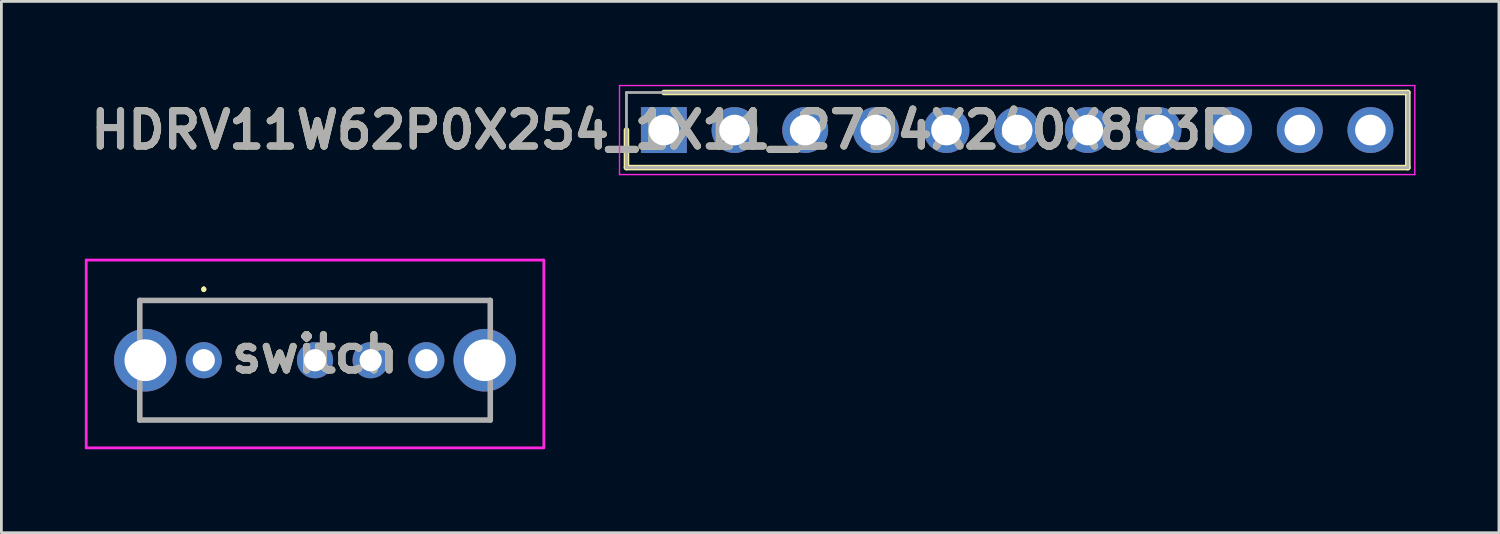
<source format=kicad_pcb>
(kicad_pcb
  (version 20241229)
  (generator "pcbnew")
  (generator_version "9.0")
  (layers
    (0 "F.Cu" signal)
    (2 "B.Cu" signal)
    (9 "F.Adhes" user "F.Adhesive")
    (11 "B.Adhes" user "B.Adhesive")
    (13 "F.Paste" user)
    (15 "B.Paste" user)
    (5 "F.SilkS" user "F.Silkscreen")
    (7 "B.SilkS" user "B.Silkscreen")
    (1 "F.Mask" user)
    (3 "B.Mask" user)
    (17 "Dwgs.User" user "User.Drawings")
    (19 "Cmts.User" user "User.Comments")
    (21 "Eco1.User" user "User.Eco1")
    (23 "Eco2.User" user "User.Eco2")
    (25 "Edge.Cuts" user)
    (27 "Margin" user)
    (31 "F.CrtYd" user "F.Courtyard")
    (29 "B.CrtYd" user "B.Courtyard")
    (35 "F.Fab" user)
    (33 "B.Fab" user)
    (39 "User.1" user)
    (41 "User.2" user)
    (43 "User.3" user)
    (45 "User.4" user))
  (footprint "switch"
    (layer "F.Cu")
    (at 8.275 9.9)
    (property "Reference" "switch" (at 0 -0.225 0) (layer "F.SilkS") (effects (font (size 1.27 1.27) (thickness 0.254))))
    (attr through_hole)
    (fp_line (start -6.3 -2.15) (end 6.3 -2.15) (stroke (width 0.1) (type solid)) (layer "F.SilkS"))
    (fp_line (start -6.3 2.15) (end 6.3 2.15) (stroke (width 0.1) (type solid)) (layer "F.SilkS"))
    (fp_line (start -4 -2.6) (end -4 -2.6) (stroke (width 0.1) (type solid)) (layer "F.SilkS"))
    (fp_line (start -4 -2.5) (end -4 -2.5) (stroke (width 0.1) (type solid)) (layer "F.SilkS"))
    (fp_arc (start -4 -2.6) (mid -3.95 -2.55) (end -4 -2.5) (stroke (width 0.1) (type solid)) (layer "F.SilkS"))
    (fp_arc (start -4 -2.5) (mid -4.05 -2.55) (end -4 -2.6) (stroke (width 0.1) (type solid)) (layer "F.SilkS"))
    (fp_line (start -8.225 -3.6) (end 8.225 -3.6) (stroke (width 0.1) (type solid)) (layer "F.CrtYd"))
    (fp_line (start -8.225 3.15) (end -8.225 -3.6) (stroke (width 0.1) (type solid)) (layer "F.CrtYd"))
    (fp_line (start 8.225 -3.6) (end 8.225 3.15) (stroke (width 0.1) (type solid)) (layer "F.CrtYd"))
    (fp_line (start 8.225 3.15) (end -8.225 3.15) (stroke (width 0.1) (type solid)) (layer "F.CrtYd"))
    (fp_line (start -6.3 -2.15) (end 6.3 -2.15) (stroke (width 0.2) (type solid)) (layer "F.Fab"))
    (fp_line (start -6.3 2.15) (end -6.3 -2.15) (stroke (width 0.2) (type solid)) (layer "F.Fab"))
    (fp_line (start 6.3 -2.15) (end 6.3 2.15) (stroke (width 0.2) (type solid)) (layer "F.Fab"))
    (fp_line (start 6.3 2.15) (end -6.3 2.15) (stroke (width 0.2) (type solid)) (layer "F.Fab"))
    (fp_text user "${REFERENCE}" (at 0 -0.225 0) (layer "F.Fab") (effects (font (size 1.27 1.27) (thickness 0.254))))
    (pad "1" thru_hole circle (at -4 0) (size 1.3 1.3) (drill 0.8) (layers "*.Cu" "*.Mask"))
    (pad "2" thru_hole circle (at 0 0) (size 1.3 1.3) (drill 0.8) (layers "*.Cu" "*.Mask"))
    (pad "3" thru_hole circle (at 2 0) (size 1.3 1.3) (drill 0.8) (layers "*.Cu" "*.Mask"))
    (pad "4" thru_hole circle (at 4 0) (size 1.3 1.3) (drill 0.8) (layers "*.Cu" "*.Mask"))
    (pad "5" thru_hole circle (at -6.1 0) (size 2.25 2.25) (drill 1.5) (layers "*.Cu" "*.Mask"))
    (pad "6" thru_hole circle (at 6.1 0) (size 2.25 2.25) (drill 1.5) (layers "*.Cu" "*.Mask")))
  (footprint "HDRV11W62P0X254_1X11_2794X240X853P"
    (layer "F.Cu")
    (at 20.816 1.625)
    (property "Reference" "HDRV11W62P0X254_1X11_2794X240X853P" (at 0 0 0) (layer "F.SilkS") (effects (font (size 1.27 1.27) (thickness 0.254))))
    (attr through_hole)
    (fp_line (start -1.345 0) (end -1.345 1.35) (stroke (width 0.2) (type solid)) (layer "F.SilkS"))
    (fp_line (start -1.345 1.35) (end 26.745 1.35) (stroke (width 0.2) (type solid)) (layer "F.SilkS"))
    (fp_line (start 26.745 -1.35) (end 0 -1.35) (stroke (width 0.2) (type solid)) (layer "F.SilkS"))
    (fp_line (start 26.745 1.35) (end 26.745 -1.35) (stroke (width 0.2) (type solid)) (layer "F.SilkS"))
    (fp_line (start -1.595 -1.6) (end 26.995 -1.6) (stroke (width 0.05) (type solid)) (layer "F.CrtYd"))
    (fp_line (start -1.595 1.6) (end -1.595 -1.6) (stroke (width 0.05) (type solid)) (layer "F.CrtYd"))
    (fp_line (start 26.995 -1.6) (end 26.995 1.6) (stroke (width 0.05) (type solid)) (layer "F.CrtYd"))
    (fp_line (start 26.995 1.6) (end -1.595 1.6) (stroke (width 0.05) (type solid)) (layer "F.CrtYd"))
    (fp_line (start -1.345 -1.35) (end 26.745 -1.35) (stroke (width 0.1) (type solid)) (layer "F.Fab"))
    (fp_line (start -1.345 1.35) (end -1.345 -1.35) (stroke (width 0.1) (type solid)) (layer "F.Fab"))
    (fp_line (start 26.745 -1.35) (end 26.745 1.35) (stroke (width 0.1) (type solid)) (layer "F.Fab"))
    (fp_line (start 26.745 1.35) (end -1.345 1.35) (stroke (width 0.1) (type solid)) (layer "F.Fab"))
    (fp_text user "${REFERENCE}" (at 0 0 0) (layer "F.Fab") (effects (font (size 1.27 1.27) (thickness 0.254))))
    (pad "1" thru_hole rect (at 0 0) (size 1.65 1.65) (drill 1.1) (layers "*.Cu" "*.Mask"))
    (pad "2" thru_hole circle (at 2.54 0) (size 1.65 1.65) (drill 1.1) (layers "*.Cu" "*.Mask"))
    (pad "3" thru_hole circle (at 5.08 0) (size 1.65 1.65) (drill 1.1) (layers "*.Cu" "*.Mask"))
    (pad "4" thru_hole circle (at 7.62 0) (size 1.65 1.65) (drill 1.1) (layers "*.Cu" "*.Mask"))
    (pad "5" thru_hole circle (at 10.16 0) (size 1.65 1.65) (drill 1.1) (layers "*.Cu" "*.Mask"))
    (pad "6" thru_hole circle (at 12.7 0) (size 1.65 1.65) (drill 1.1) (layers "*.Cu" "*.Mask"))
    (pad "7" thru_hole circle (at 15.24 0) (size 1.65 1.65) (drill 1.1) (layers "*.Cu" "*.Mask"))
    (pad "8" thru_hole circle (at 17.78 0) (size 1.65 1.65) (drill 1.1) (layers "*.Cu" "*.Mask"))
    (pad "9" thru_hole circle (at 20.32 0) (size 1.65 1.65) (drill 1.1) (layers "*.Cu" "*.Mask"))
    (pad "10" thru_hole circle (at 22.86 0) (size 1.65 1.65) (drill 1.1) (layers "*.Cu" "*.Mask"))
    (pad "11" thru_hole circle (at 25.4 0) (size 1.65 1.65) (drill 1.1) (layers "*.Cu" "*.Mask")))
  (gr_rect
    (start -3 -3)
    (end 50.836 16.1)
    (stroke (width 0.1) (type default))
    (fill no)
    (layer "Edge.Cuts")))
</source>
